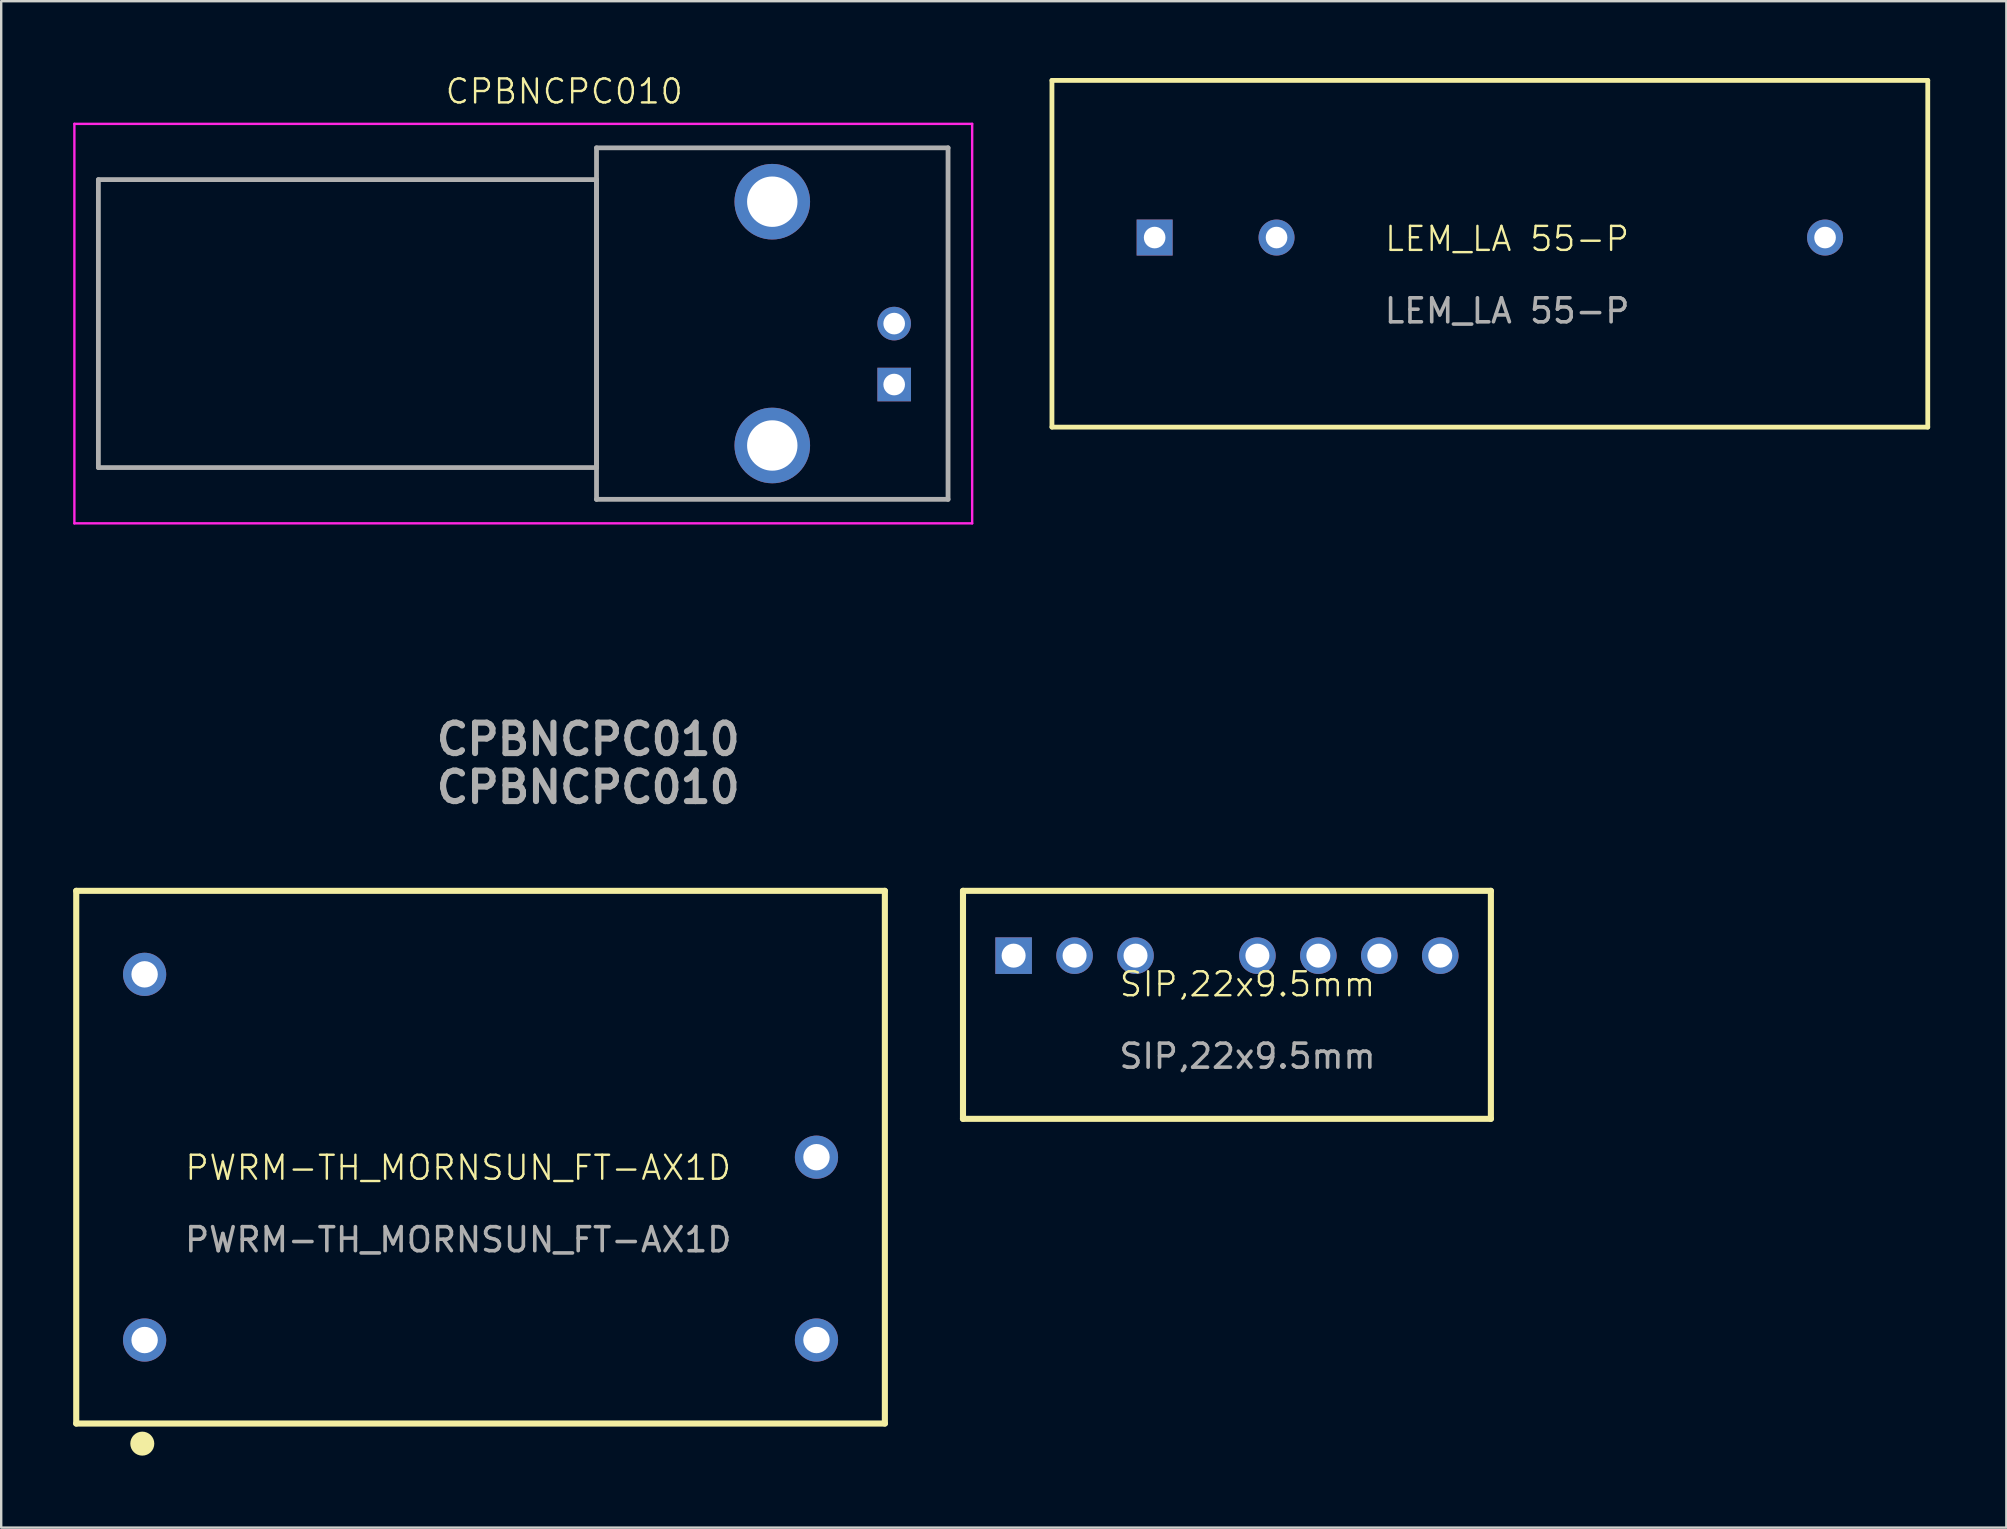
<source format=kicad_pcb>
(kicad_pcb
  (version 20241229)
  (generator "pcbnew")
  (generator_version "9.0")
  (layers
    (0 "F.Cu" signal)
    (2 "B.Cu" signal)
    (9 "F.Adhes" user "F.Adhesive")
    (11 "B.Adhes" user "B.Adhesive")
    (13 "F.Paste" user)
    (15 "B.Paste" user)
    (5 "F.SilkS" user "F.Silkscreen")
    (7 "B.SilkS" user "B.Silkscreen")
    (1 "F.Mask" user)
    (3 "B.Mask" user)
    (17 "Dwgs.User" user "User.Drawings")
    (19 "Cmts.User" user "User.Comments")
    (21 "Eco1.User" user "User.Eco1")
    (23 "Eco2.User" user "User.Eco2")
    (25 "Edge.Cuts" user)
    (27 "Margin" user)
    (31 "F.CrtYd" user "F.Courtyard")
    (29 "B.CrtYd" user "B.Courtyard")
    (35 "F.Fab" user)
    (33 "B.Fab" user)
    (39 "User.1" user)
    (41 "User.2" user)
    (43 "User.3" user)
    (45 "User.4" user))
  (footprint "CPBNCPC010"
    (layer "F.Cu")
    (at 20.465 9.761)
    (property "Reference" "CPBNCPC010" (at 0 -9 0) (unlocked yes) (layer "F.SilkS") (effects (font (size 1 1) (thickness 0.1))))
    (attr through_hole)
    (fp_line (start -19.415 -5.325) (end 1.345 -5.325) (stroke (width 0.1) (type solid)) (layer "F.SilkS"))
    (fp_line (start -19.415 6.675) (end -19.415 -5.325) (stroke (width 0.1) (type solid)) (layer "F.SilkS"))
    (fp_line (start 1.345 -6.65) (end 16 -6.65) (stroke (width 0.1) (type solid)) (layer "F.SilkS"))
    (fp_line (start 1.345 -5.325) (end 1.345 6.675) (stroke (width 0.1) (type solid)) (layer "F.SilkS"))
    (fp_line (start 1.345 6.675) (end -19.415 6.675) (stroke (width 0.1) (type solid)) (layer "F.SilkS"))
    (fp_line (start 1.345 8) (end 1.345 -6.65) (stroke (width 0.1) (type solid)) (layer "F.SilkS"))
    (fp_line (start 16 -6.65) (end 16 8) (stroke (width 0.1) (type solid)) (layer "F.SilkS"))
    (fp_line (start 16 8) (end 1.345 8) (stroke (width 0.1) (type solid)) (layer "F.SilkS"))
    (fp_line (start -20.415 -7.65) (end 17 -7.65) (stroke (width 0.1) (type solid)) (layer "F.CrtYd"))
    (fp_line (start -20.415 9) (end -20.415 -7.65) (stroke (width 0.1) (type solid)) (layer "F.CrtYd"))
    (fp_line (start 17 -7.65) (end 17 9) (stroke (width 0.1) (type solid)) (layer "F.CrtYd"))
    (fp_line (start 17 9) (end -20.415 9) (stroke (width 0.1) (type solid)) (layer "F.CrtYd"))
    (fp_line (start -19.415 -5.325) (end 1.345 -5.325) (stroke (width 0.2) (type solid)) (layer "F.Fab"))
    (fp_line (start -19.415 6.675) (end -19.415 -5.325) (stroke (width 0.2) (type solid)) (layer "F.Fab"))
    (fp_line (start 1.345 -6.65) (end 1.345 8) (stroke (width 0.2) (type solid)) (layer "F.Fab"))
    (fp_line (start 1.345 -5.325) (end 1.345 6.675) (stroke (width 0.2) (type solid)) (layer "F.Fab"))
    (fp_line (start 1.345 6.675) (end -19.415 6.675) (stroke (width 0.2) (type solid)) (layer "F.Fab"))
    (fp_line (start 1.345 8) (end 15.995 8) (stroke (width 0.2) (type solid)) (layer "F.Fab"))
    (fp_line (start 15.995 -6.65) (end 1.345 -6.65) (stroke (width 0.2) (type solid)) (layer "F.Fab"))
    (fp_line (start 15.995 8) (end 15.995 -6.65) (stroke (width 0.2) (type solid)) (layer "F.Fab"))
    (fp_text user "${REFERENCE}" (at 1 18 0) (layer "F.Fab") (effects (font (size 1.27 1.27) (thickness 0.254))))
    (fp_text user "${REFERENCE}" (at 1 20 0) (unlocked yes) (layer "F.Fab") (effects (font (size 1.27 1.27) (thickness 0.254))))
    (pad "1" thru_hole rect (at 13.75 3.215) (size 1.4 1.4) (drill 0.9) (layers "*.Cu" "*.Mask"))
    (pad "2" thru_hole circle (at 13.75 0.675) (size 1.4 1.4) (drill 0.9) (layers "*.Cu" "*.Mask"))
    (pad "MH1" thru_hole circle (at 8.67 5.755) (size 3.15 3.15) (drill 2.1) (layers "*.Cu" "*.Mask"))
    (pad "MH2" thru_hole circle (at 8.67 -4.405) (size 3.15 3.15) (drill 2.1) (layers "*.Cu" "*.Mask")))
  (footprint "LEM_LA 55-P"
    (layer "F.Cu")
    (at 59.76 7.405)
    (property "Reference" "LEM_LA 55-P" (at 0 -0.5 0) (unlocked yes) (layer "F.SilkS") (effects (font (size 1 1) (thickness 0.1))))
    (attr through_hole)
    (fp_line (start -18.97 -7.105) (end 17.53 -7.105) (stroke (width 0.2) (type solid)) (layer "F.SilkS"))
    (fp_line (start -18.97 7.345) (end -18.97 -7.105) (stroke (width 0.2) (type solid)) (layer "F.SilkS"))
    (fp_line (start -18.97 7.345) (end 17.53 7.345) (stroke (width 0.2) (type solid)) (layer "F.SilkS"))
    (fp_line (start 17.53 7.345) (end 17.53 -7.105) (stroke (width 0.2) (type solid)) (layer "F.SilkS"))
    (fp_line (start -19.22 -7.38) (end 17.78 -7.38) (stroke (width 0.05) (type solid)) (layer "Eco2.User"))
    (fp_line (start -19.22 7.62) (end -19.22 -7.38) (stroke (width 0.05) (type solid)) (layer "Eco2.User"))
    (fp_line (start -19.22 7.62) (end 17.78 7.62) (stroke (width 0.05) (type solid)) (layer "Eco2.User"))
    (fp_line (start 17.78 7.62) (end 17.78 -7.38) (stroke (width 0.05) (type solid)) (layer "Eco2.User"))
    (fp_text user "${REFERENCE}" (at 0 2.5 0) (unlocked yes) (layer "F.Fab") (effects (font (size 1 1) (thickness 0.15))))
    (pad "1" thru_hole rect (at -14.69 -0.555) (size 1.5 1.5) (drill 0.9) (layers "*.Cu" "*.Mask"))
    (pad "2" thru_hole circle (at -9.61 -0.555) (size 1.5 1.5) (drill 0.9) (layers "*.Cu" "*.Mask"))
    (pad "3" thru_hole circle (at 13.25 -0.555) (size 1.5 1.5) (drill 0.9) (layers "*.Cu" "*.Mask")))
  (footprint "SIP,22x9.5mm"
    (layer "F.Cu")
    (at 48.941 38.469)
    (property "Reference" "SIP,22x9.5mm" (at 0 -0.5 0) (unlocked yes) (layer "F.SilkS") (effects (font (size 1 1) (thickness 0.1))))
    (attr through_hole)
    (fp_line (start -11.858 5.108) (end -11.858 -4.393) (stroke (width 0.254) (type solid)) (layer "F.SilkS"))
    (fp_line (start 10.142 -4.393) (end -11.858 -4.393) (stroke (width 0.254) (type solid)) (layer "F.SilkS"))
    (fp_line (start 10.142 5.108) (end -11.86 5.108) (stroke (width 0.254) (type solid)) (layer "F.SilkS"))
    (fp_line (start 10.142 5.108) (end 10.142 -4.393) (stroke (width 0.254) (type solid)) (layer "F.SilkS"))
    (fp_line (start -11.858 5.108) (end -11.858 -4.392) (stroke (width 0.051) (type solid)) (layer "Eco1.User"))
    (fp_line (start 10.142 -4.392) (end -11.858 -4.392) (stroke (width 0.051) (type solid)) (layer "Eco1.User"))
    (fp_line (start 10.142 5.108) (end -11.858 5.108) (stroke (width 0.051) (type solid)) (layer "Eco1.User"))
    (fp_line (start 10.142 5.108) (end 10.142 -4.392) (stroke (width 0.051) (type solid)) (layer "Eco1.User"))
    (fp_poly (pts (xy -10.098 -1.842) (xy -9.398 -1.842) (xy -9.398 -1.542) (xy -10.098 -1.542)) (stroke (width 0.1) (type default)) (fill no) (layer "Eco1.User"))
    (fp_poly (pts (xy -7.558 -1.842) (xy -6.858 -1.842) (xy -6.858 -1.542) (xy -7.558 -1.542)) (stroke (width 0.1) (type default)) (fill no) (layer "Eco1.User"))
    (fp_poly (pts (xy -5.018 -1.842) (xy -4.318 -1.842) (xy -4.318 -1.542) (xy -5.018 -1.542)) (stroke (width 0.1) (type default)) (fill no) (layer "Eco1.User"))
    (fp_poly (pts (xy 0.062 -1.842) (xy 0.762 -1.842) (xy 0.762 -1.542) (xy 0.062 -1.542)) (stroke (width 0.1) (type default)) (fill no) (layer "Eco1.User"))
    (fp_poly (pts (xy 2.602 -1.842) (xy 3.302 -1.842) (xy 3.302 -1.542) (xy 2.602 -1.542)) (stroke (width 0.1) (type default)) (fill no) (layer "Eco1.User"))
    (fp_poly (pts (xy 5.142 -1.842) (xy 5.842 -1.842) (xy 5.842 -1.542) (xy 5.142 -1.542)) (stroke (width 0.1) (type default)) (fill no) (layer "Eco1.User"))
    (fp_poly (pts (xy 7.682 -1.842) (xy 8.382 -1.842) (xy 8.382 -1.542) (xy 7.682 -1.542)) (stroke (width 0.1) (type default)) (fill no) (layer "Eco1.User"))
    (fp_poly (pts (xy -11.798 5.108) (xy -11.798 5.083) (xy -11.833 5.048) (xy -11.882 5.048) (xy -11.918 5.083) (xy -11.918 5.108) (xy -11.918 5.133) (xy -11.882 5.168) (xy -11.833 5.168) (xy -11.798 5.133)) (stroke (width 0.1) (type default)) (fill no) (layer "Eco1.User"))
    (fp_poly (pts (xy -11.621 -4.292) (xy -11.621 4.881) (xy 9.925 4.881) (xy 9.925 -4.165) (xy -11.448 -4.165) (xy -11.5 -4.165) (xy -11.575 -4.239) (xy -11.575 -4.345) (xy -11.5 -4.419) (xy -11.448 -4.419) (xy 10.052 -4.419) (xy 10.078 -4.419) (xy 10.124 -4.4) (xy 10.16 -4.364) (xy 10.179 -4.317) (xy 10.179 -4.292) (xy 10.179 5.008) (xy 10.179 5.033) (xy 10.16 5.08) (xy 10.124 5.116) (xy 10.078 5.135) (xy 10.052 5.135) (xy -11.748 5.135) (xy -11.773 5.135) (xy -11.82 5.116) (xy -11.855 5.08) (xy -11.875 5.033) (xy -11.875 5.008) (xy -11.875 -4.292) (xy -11.875 -4.345) (xy -11.8 -4.419) (xy -11.695 -4.419) (xy -11.621 -4.345)) (stroke (width 0.1) (type default)) (fill no) (layer "User.6"))
    (fp_text user "${REFERENCE}" (at 0 2.5 0) (unlocked yes) (layer "F.Fab") (effects (font (size 1 1) (thickness 0.15))))
    (pad "1" thru_hole rect (at -9.748 -1.692) (size 1.524 1.524) (drill 1) (layers "*.Cu" "*.Mask"))
    (pad "2" thru_hole circle (at -7.208 -1.692) (size 1.524 1.524) (drill 1) (layers "*.Cu" "*.Mask"))
    (pad "3" thru_hole circle (at -4.668 -1.692) (size 1.524 1.524) (drill 1) (layers "*.Cu" "*.Mask"))
    (pad "5" thru_hole circle (at 0.412 -1.692) (size 1.524 1.524) (drill 1) (layers "*.Cu" "*.Mask"))
    (pad "6" thru_hole circle (at 2.952 -1.692) (size 1.524 1.524) (drill 1) (layers "*.Cu" "*.Mask"))
    (pad "7" thru_hole circle (at 5.492 -1.692) (size 1.524 1.524) (drill 1) (layers "*.Cu" "*.Mask"))
    (pad "8" thru_hole circle (at 8.032 -1.692) (size 1.524 1.524) (drill 1) (layers "*.Cu" "*.Mask")))
  (footprint "PWRM-TH_MORNSUN_FT-AX1D"
    (layer "F.Cu")
    (at 16.047 46.116)
    (property "Reference" "PWRM-TH_MORNSUN_FT-AX1D" (at 0 -0.5 0) (unlocked yes) (layer "F.SilkS") (effects (font (size 1 1) (thickness 0.1))))
    (attr through_hole)
    (fp_line (start -15.92 -12.04) (end -15.92 10.16) (stroke (width 0.254) (type solid)) (layer "F.SilkS"))
    (fp_line (start -15.92 -12.04) (end 17.78 -12.04) (stroke (width 0.254) (type solid)) (layer "F.SilkS"))
    (fp_line (start -15.92 10.16) (end 17.78 10.16) (stroke (width 0.254) (type solid)) (layer "F.SilkS"))
    (fp_line (start 17.78 -12.04) (end 17.78 10.16) (stroke (width 0.254) (type solid)) (layer "F.SilkS"))
    (fp_circle (center -13.167 10.998) (end -12.917 10.998) (stroke (width 0.5) (type solid)) (fill no) (layer "F.SilkS"))
    (fp_line (start -15.92 -12.04) (end -15.92 10.16) (stroke (width 0.051) (type solid)) (layer "Eco1.User"))
    (fp_line (start -15.92 -12.04) (end 17.78 -12.04) (stroke (width 0.051) (type solid)) (layer "Eco1.User"))
    (fp_line (start -15.92 10.16) (end 17.78 10.16) (stroke (width 0.051) (type solid)) (layer "Eco1.User"))
    (fp_line (start 17.78 -12.04) (end 17.78 10.16) (stroke (width 0.051) (type solid)) (layer "Eco1.User"))
    (fp_poly (pts (xy -15.86 10.16) (xy -15.86 10.135) (xy -15.895 10.1) (xy -15.945 10.1) (xy -15.98 10.135) (xy -15.98 10.16) (xy -15.98 10.185) (xy -15.945 10.22) (xy -15.895 10.22) (xy -15.86 10.185)) (stroke (width 0.1) (type default)) (fill no) (layer "Eco1.User"))
    (fp_poly (pts (xy -12.77 -8.56) (xy -12.77 -8.62) (xy -12.816 -8.73) (xy -12.9 -8.814) (xy -13.01 -8.86) (xy -13.13 -8.86) (xy -13.24 -8.814) (xy -13.324 -8.73) (xy -13.37 -8.62) (xy -13.37 -8.56) (xy -13.37 -8.5) (xy -13.324 -8.39) (xy -13.24 -8.306) (xy -13.13 -8.26) (xy -13.01 -8.26) (xy -12.9 -8.306) (xy -12.816 -8.39) (xy -12.77 -8.5)) (stroke (width 0.1) (type default)) (fill no) (layer "Eco1.User"))
    (fp_poly (pts (xy -12.77 6.68) (xy -12.77 6.62) (xy -12.816 6.51) (xy -12.9 6.426) (xy -13.01 6.38) (xy -13.13 6.38) (xy -13.24 6.426) (xy -13.324 6.51) (xy -13.37 6.62) (xy -13.37 6.68) (xy -13.37 6.74) (xy -13.324 6.85) (xy -13.24 6.934) (xy -13.13 6.98) (xy -13.01 6.98) (xy -12.9 6.934) (xy -12.816 6.85) (xy -12.77 6.74)) (stroke (width 0.1) (type default)) (fill no) (layer "Eco1.User"))
    (fp_poly (pts (xy 15.23 -0.94) (xy 15.23 -1) (xy 15.184 -1.11) (xy 15.1 -1.194) (xy 14.99 -1.24) (xy 14.87 -1.24) (xy 14.76 -1.194) (xy 14.676 -1.11) (xy 14.63 -1) (xy 14.63 -0.94) (xy 14.63 -0.88) (xy 14.676 -0.77) (xy 14.76 -0.686) (xy 14.87 -0.64) (xy 14.99 -0.64) (xy 15.1 -0.686) (xy 15.184 -0.77) (xy 15.23 -0.88)) (stroke (width 0.1) (type default)) (fill no) (layer "Eco1.User"))
    (fp_poly (pts (xy 15.23 6.68) (xy 15.23 6.62) (xy 15.184 6.51) (xy 15.1 6.426) (xy 14.99 6.38) (xy 14.87 6.38) (xy 14.76 6.426) (xy 14.676 6.51) (xy 14.63 6.62) (xy 14.63 6.68) (xy 14.63 6.74) (xy 14.676 6.85) (xy 14.76 6.934) (xy 14.87 6.98) (xy 14.99 6.98) (xy 15.1 6.934) (xy 15.184 6.85) (xy 15.23 6.74)) (stroke (width 0.1) (type default)) (fill no) (layer "Eco1.User"))
    (fp_circle (center -13.929 8.204) (end -13.679 8.204) (stroke (width 0.5) (type solid)) (fill no) (layer "User.6"))
    (fp_text user "${REFERENCE}" (at 0 2.5 0) (unlocked yes) (layer "F.Fab") (effects (font (size 1 1) (thickness 0.15))))
    (pad "1" thru_hole circle (at -13.07 6.68) (size 1.8 1.8) (drill 1.1) (layers "*.Cu" "*.Mask"))
    (pad "2" thru_hole circle (at -13.07 -8.56) (size 1.8 1.8) (drill 1.1 (offset 0 0.00003)) (layers "*.Cu" "*.Mask"))
    (pad "3" thru_hole circle (at 14.93 -0.94) (size 1.8 1.8) (drill 1.1 (offset 0 0.00003)) (layers "*.Cu" "*.Mask"))
    (pad "4" thru_hole circle (at 14.93 6.68) (size 1.8 1.8) (drill 1.1) (layers "*.Cu" "*.Mask")))
  (gr_rect
    (start -3 -3)
    (end 80.565 60.614)
    (stroke (width 0.1) (type default))
    (fill no)
    (layer "Edge.Cuts")))
</source>
